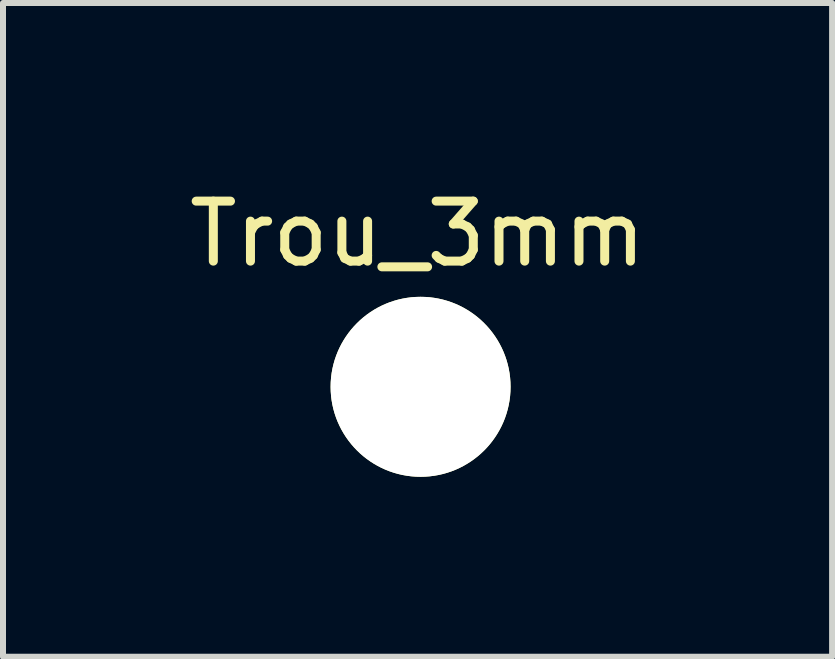
<source format=kicad_pcb>
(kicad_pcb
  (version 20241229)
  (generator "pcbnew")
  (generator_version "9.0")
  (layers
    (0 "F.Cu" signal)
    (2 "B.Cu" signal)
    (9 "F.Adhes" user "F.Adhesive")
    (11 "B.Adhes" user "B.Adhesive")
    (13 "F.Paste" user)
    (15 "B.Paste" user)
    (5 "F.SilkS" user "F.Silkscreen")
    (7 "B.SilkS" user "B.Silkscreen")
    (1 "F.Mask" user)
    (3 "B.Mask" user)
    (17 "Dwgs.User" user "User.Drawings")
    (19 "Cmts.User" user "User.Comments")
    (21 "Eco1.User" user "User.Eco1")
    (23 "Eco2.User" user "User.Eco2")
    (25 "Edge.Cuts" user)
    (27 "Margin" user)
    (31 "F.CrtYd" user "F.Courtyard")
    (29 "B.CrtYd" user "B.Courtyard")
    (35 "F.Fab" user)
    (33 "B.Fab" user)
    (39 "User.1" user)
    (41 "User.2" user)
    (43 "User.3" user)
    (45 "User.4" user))
  (footprint "Trou_3mm"
    (layer "F.Cu")
    (at 3.961 3.398)
    (property "Reference" "Trou_3mm" (at -0.05 -2.55 0) (layer "F.SilkS") (effects (font (size 1 1) (thickness 0.15))))
    (attr smd)
    (pad "" np_thru_hole circle (at 0 0) (size 3 3) (drill 3) (layers "*.Cu" "*.Mask" "F.SilkS")))
  (gr_rect
    (start -3 -3)
    (end 10.821 7.898)
    (stroke (width 0.1) (type default))
    (fill no)
    (layer "Edge.Cuts")))
</source>
